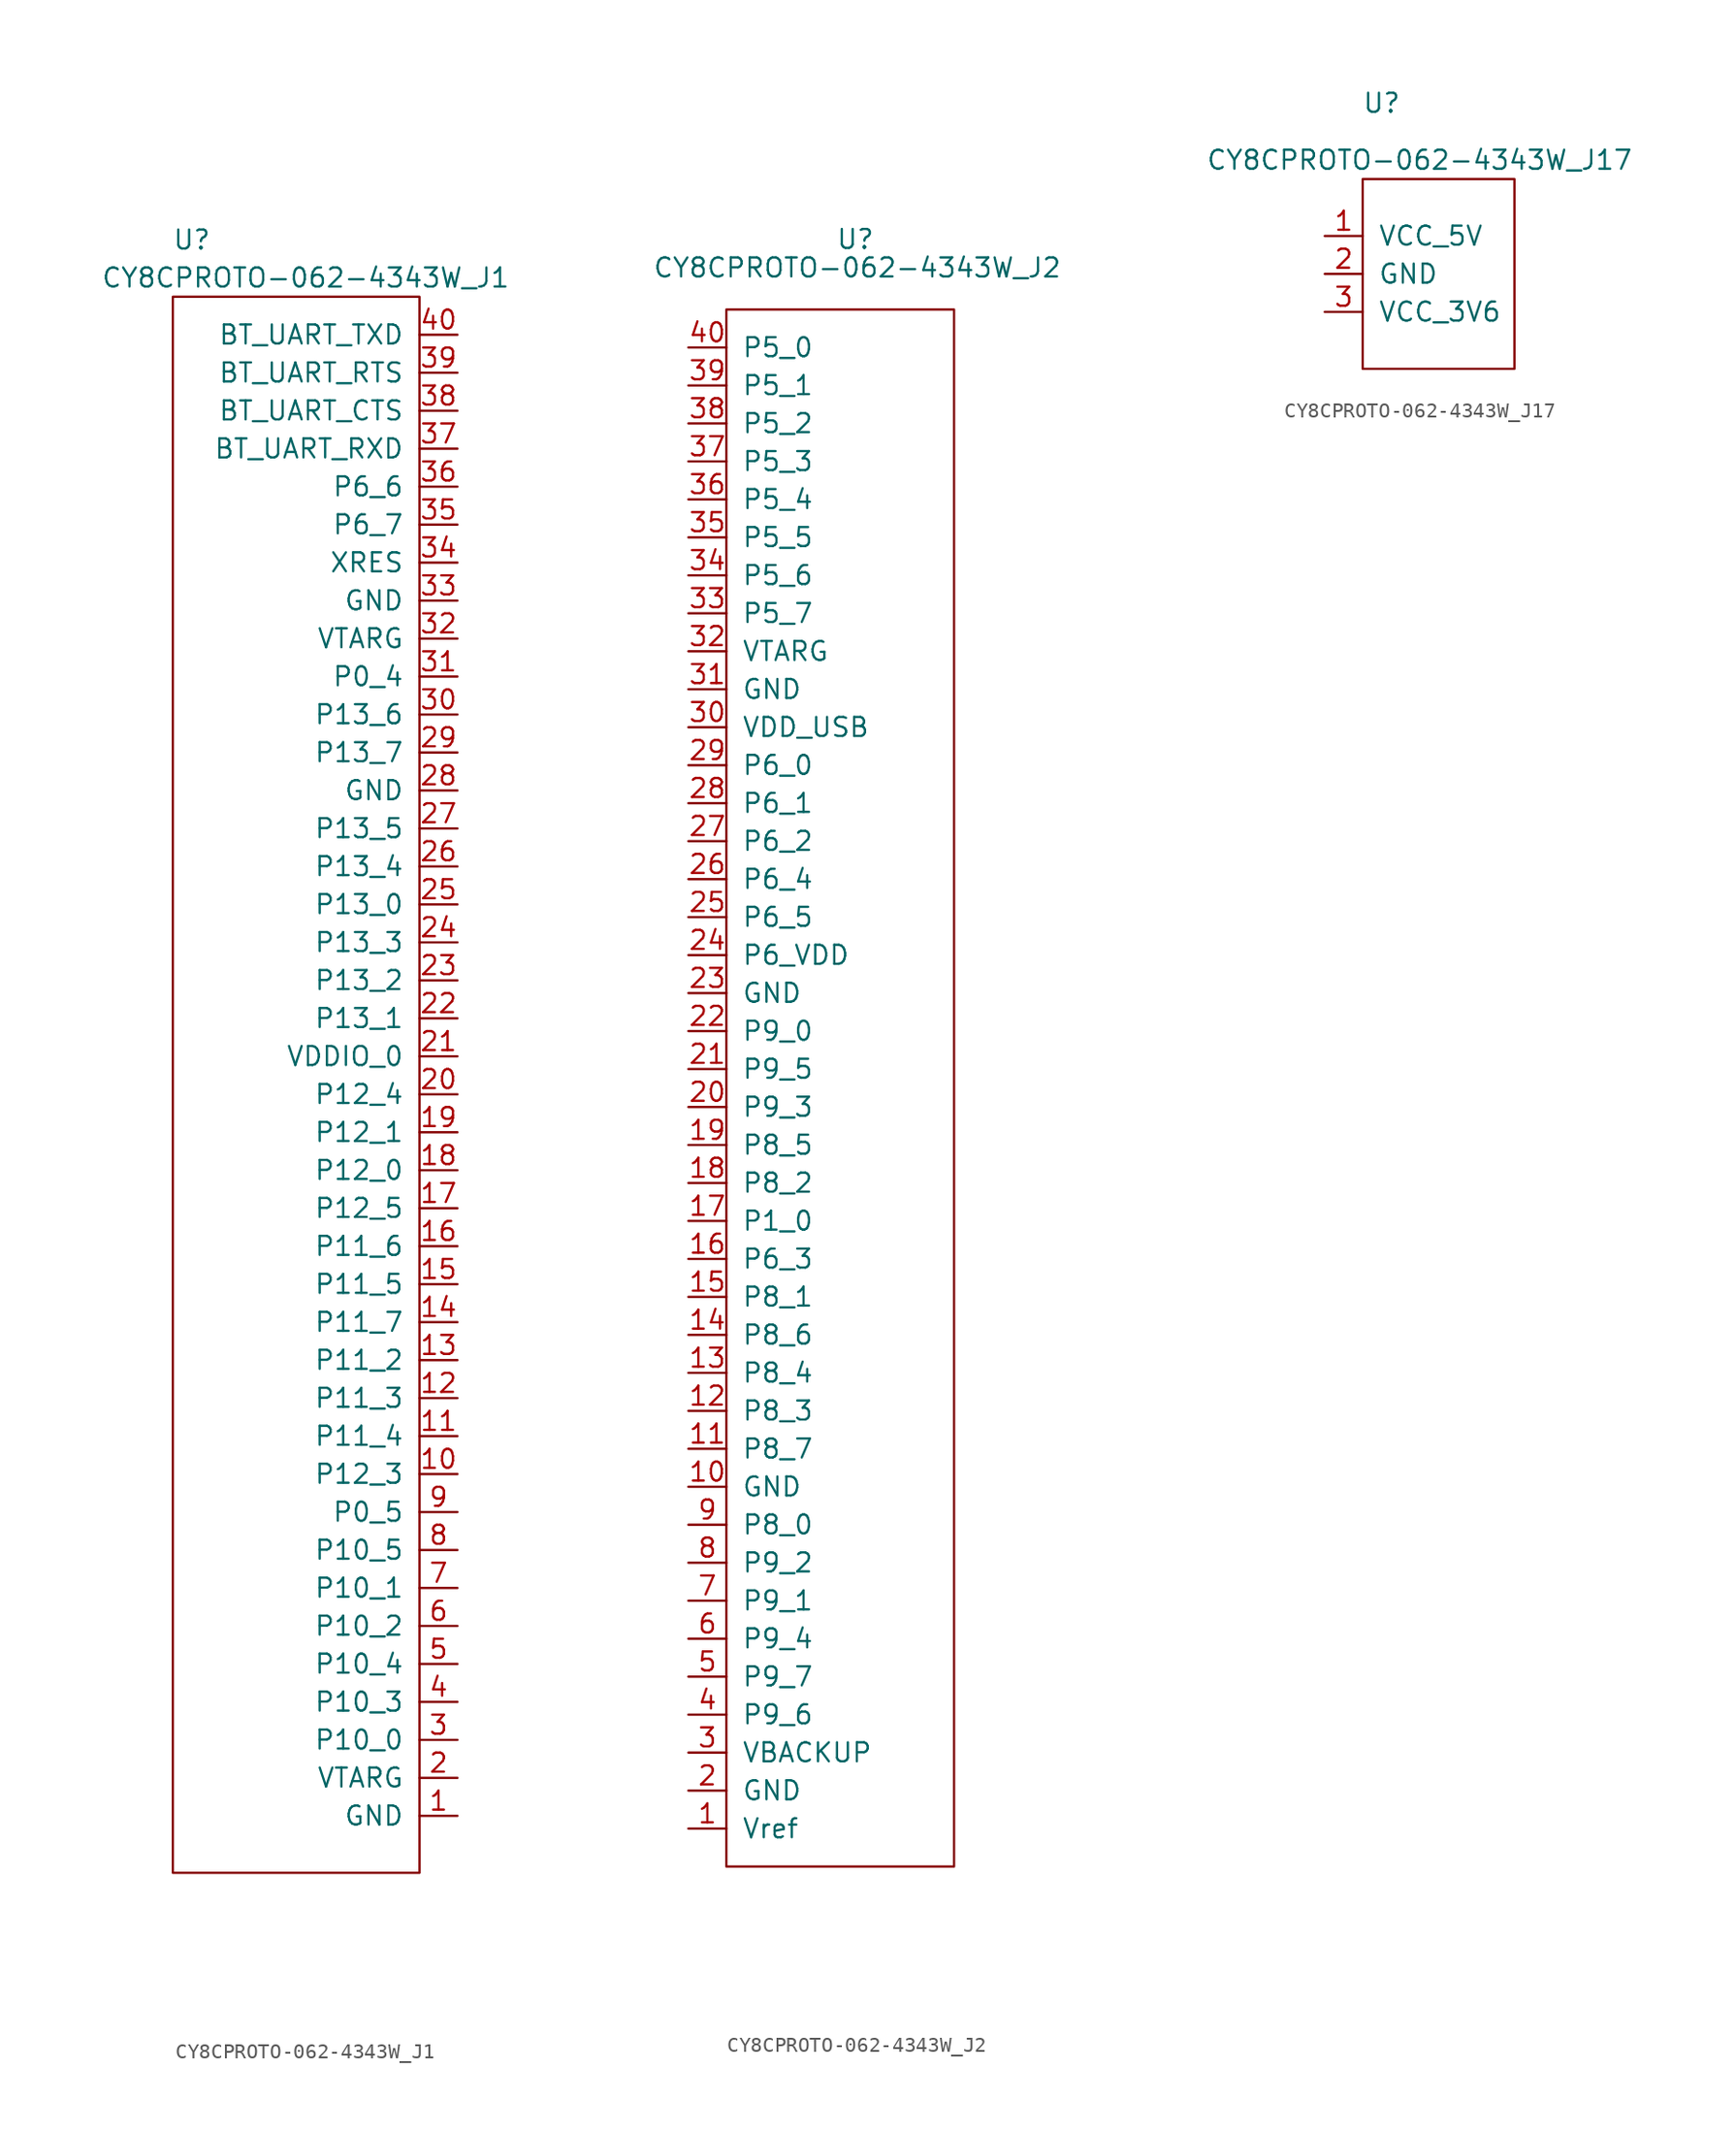
<source format=kicad_sym>
(kicad_symbol_lib
  (version 20220914)
  (generator kicad_symbol_editor)
  (symbol "CY8CPROTO-062-4343W_J1"
    (pin_names
      (offset 1.016))
    (property "Reference" "U"
      (at -7.62 55.88 0)
      (effects (font (size 1.27 1.27))))
    (property "Value" "CY8CPROTO-062-4343W_J1"
      (at 0 53.34 0)
      (effects (font (size 1.27 1.27))))
    (symbol "CY8CPROTO-062-4343W_J1_0_1"
      (rectangle (start 7.62 52.07) (end -8.89 -53.34) (stroke (width 0) (type default)) (fill (type none))))
    (symbol "CY8CPROTO-062-4343W_J1_1_1"
      (pin input line (at 10.16 -49.53 180) (length 2.54) (name "GND" (effects (font (size 1.27 1.27)))) (number "1" (effects (font (size 1.27 1.27)))))
      (pin input line (at 10.16 -26.67 180) (length 2.54) (name "P12_3" (effects (font (size 1.27 1.27)))) (number "10" (effects (font (size 1.27 1.27)))))
      (pin input line (at 10.16 -24.13 180) (length 2.54) (name "P11_4" (effects (font (size 1.27 1.27)))) (number "11" (effects (font (size 1.27 1.27)))))
      (pin input line (at 10.16 -21.59 180) (length 2.54) (name "P11_3" (effects (font (size 1.27 1.27)))) (number "12" (effects (font (size 1.27 1.27)))))
      (pin input line (at 10.16 -19.05 180) (length 2.54) (name "P11_2" (effects (font (size 1.27 1.27)))) (number "13" (effects (font (size 1.27 1.27)))))
      (pin input line (at 10.16 -16.51 180) (length 2.54) (name "P11_7" (effects (font (size 1.27 1.27)))) (number "14" (effects (font (size 1.27 1.27)))))
      (pin input line (at 10.16 -13.97 180) (length 2.54) (name "P11_5" (effects (font (size 1.27 1.27)))) (number "15" (effects (font (size 1.27 1.27)))))
      (pin input line (at 10.16 -11.43 180) (length 2.54) (name "P11_6" (effects (font (size 1.27 1.27)))) (number "16" (effects (font (size 1.27 1.27)))))
      (pin input line (at 10.16 -8.89 180) (length 2.54) (name "P12_5" (effects (font (size 1.27 1.27)))) (number "17" (effects (font (size 1.27 1.27)))))
      (pin input line (at 10.16 -6.35 180) (length 2.54) (name "P12_0" (effects (font (size 1.27 1.27)))) (number "18" (effects (font (size 1.27 1.27)))))
      (pin input line (at 10.16 -3.81 180) (length 2.54) (name "P12_1" (effects (font (size 1.27 1.27)))) (number "19" (effects (font (size 1.27 1.27)))))
      (pin input line (at 10.16 -46.99 180) (length 2.54) (name "VTARG" (effects (font (size 1.27 1.27)))) (number "2" (effects (font (size 1.27 1.27)))))
      (pin input line (at 10.16 -1.27 180) (length 2.54) (name "P12_4" (effects (font (size 1.27 1.27)))) (number "20" (effects (font (size 1.27 1.27)))))
      (pin input line (at 10.16 1.27 180) (length 2.54) (name "VDDIO_0" (effects (font (size 1.27 1.27)))) (number "21" (effects (font (size 1.27 1.27)))))
      (pin input line (at 10.16 3.81 180) (length 2.54) (name "P13_1" (effects (font (size 1.27 1.27)))) (number "22" (effects (font (size 1.27 1.27)))))
      (pin input line (at 10.16 6.35 180) (length 2.54) (name "P13_2" (effects (font (size 1.27 1.27)))) (number "23" (effects (font (size 1.27 1.27)))))
      (pin input line (at 10.16 8.89 180) (length 2.54) (name "P13_3" (effects (font (size 1.27 1.27)))) (number "24" (effects (font (size 1.27 1.27)))))
      (pin input line (at 10.16 11.43 180) (length 2.54) (name "P13_0" (effects (font (size 1.27 1.27)))) (number "25" (effects (font (size 1.27 1.27)))))
      (pin input line (at 10.16 13.97 180) (length 2.54) (name "P13_4" (effects (font (size 1.27 1.27)))) (number "26" (effects (font (size 1.27 1.27)))))
      (pin input line (at 10.16 16.51 180) (length 2.54) (name "P13_5" (effects (font (size 1.27 1.27)))) (number "27" (effects (font (size 1.27 1.27)))))
      (pin input line (at 10.16 19.05 180) (length 2.54) (name "GND" (effects (font (size 1.27 1.27)))) (number "28" (effects (font (size 1.27 1.27)))))
      (pin input line (at 10.16 21.59 180) (length 2.54) (name "P13_7" (effects (font (size 1.27 1.27)))) (number "29" (effects (font (size 1.27 1.27)))))
      (pin input line (at 10.16 -44.45 180) (length 2.54) (name "P10_0" (effects (font (size 1.27 1.27)))) (number "3" (effects (font (size 1.27 1.27)))))
      (pin input line (at 10.16 24.13 180) (length 2.54) (name "P13_6" (effects (font (size 1.27 1.27)))) (number "30" (effects (font (size 1.27 1.27)))))
      (pin input line (at 10.16 26.67 180) (length 2.54) (name "P0_4" (effects (font (size 1.27 1.27)))) (number "31" (effects (font (size 1.27 1.27)))))
      (pin input line (at 10.16 29.21 180) (length 2.54) (name "VTARG" (effects (font (size 1.27 1.27)))) (number "32" (effects (font (size 1.27 1.27)))))
      (pin input line (at 10.16 31.75 180) (length 2.54) (name "GND" (effects (font (size 1.27 1.27)))) (number "33" (effects (font (size 1.27 1.27)))))
      (pin input line (at 10.16 34.29 180) (length 2.54) (name "XRES" (effects (font (size 1.27 1.27)))) (number "34" (effects (font (size 1.27 1.27)))))
      (pin input line (at 10.16 36.83 180) (length 2.54) (name "P6_7" (effects (font (size 1.27 1.27)))) (number "35" (effects (font (size 1.27 1.27)))))
      (pin input line (at 10.16 39.37 180) (length 2.54) (name "P6_6" (effects (font (size 1.27 1.27)))) (number "36" (effects (font (size 1.27 1.27)))))
      (pin input line (at 10.16 41.91 180) (length 2.54) (name "BT_UART_RXD" (effects (font (size 1.27 1.27)))) (number "37" (effects (font (size 1.27 1.27)))))
      (pin input line (at 10.16 44.45 180) (length 2.54) (name "BT_UART_CTS" (effects (font (size 1.27 1.27)))) (number "38" (effects (font (size 1.27 1.27)))))
      (pin input line (at 10.16 46.99 180) (length 2.54) (name "BT_UART_RTS" (effects (font (size 1.27 1.27)))) (number "39" (effects (font (size 1.27 1.27)))))
      (pin input line (at 10.16 -41.91 180) (length 2.54) (name "P10_3" (effects (font (size 1.27 1.27)))) (number "4" (effects (font (size 1.27 1.27)))))
      (pin input line (at 10.16 49.53 180) (length 2.54) (name "BT_UART_TXD" (effects (font (size 1.27 1.27)))) (number "40" (effects (font (size 1.27 1.27)))))
      (pin input line (at 10.16 -39.37 180) (length 2.54) (name "P10_4" (effects (font (size 1.27 1.27)))) (number "5" (effects (font (size 1.27 1.27)))))
      (pin input line (at 10.16 -36.83 180) (length 2.54) (name "P10_2" (effects (font (size 1.27 1.27)))) (number "6" (effects (font (size 1.27 1.27)))))
      (pin input line (at 10.16 -34.29 180) (length 2.54) (name "P10_1" (effects (font (size 1.27 1.27)))) (number "7" (effects (font (size 1.27 1.27)))))
      (pin input line (at 10.16 -31.75 180) (length 2.54) (name "P10_5" (effects (font (size 1.27 1.27)))) (number "8" (effects (font (size 1.27 1.27)))))
      (pin input line (at 10.16 -29.21 180) (length 2.54) (name "P0_5" (effects (font (size 1.27 1.27)))) (number "9" (effects (font (size 1.27 1.27)))))))
  (symbol "CY8CPROTO-062-4343W_J2"
    (pin_names
      (offset 1.016))
    (property "Reference" "U"
      (at 1.016 56.769 0)
      (effects (font (size 1.27 1.27))))
    (property "Value" "CY8CPROTO-062-4343W_J2"
      (at 1.143 54.864 0)
      (effects (font (size 1.27 1.27))))
    (symbol "CY8CPROTO-062-4343W_J2_0_1"
      (rectangle (start -7.62 52.07) (end 7.62 -52.07) (stroke (width 0) (type default)) (fill (type none))))
    (symbol "CY8CPROTO-062-4343W_J2_1_1"
      (pin input line (at -10.16 -49.53 0) (length 2.54) (name "Vref" (effects (font (size 1.27 1.27)))) (number "1" (effects (font (size 1.27 1.27)))))
      (pin input line (at -10.16 -26.67 0) (length 2.54) (name "GND" (effects (font (size 1.27 1.27)))) (number "10" (effects (font (size 1.27 1.27)))))
      (pin input line (at -10.16 -24.13 0) (length 2.54) (name "P8_7" (effects (font (size 1.27 1.27)))) (number "11" (effects (font (size 1.27 1.27)))))
      (pin input line (at -10.16 -21.59 0) (length 2.54) (name "P8_3" (effects (font (size 1.27 1.27)))) (number "12" (effects (font (size 1.27 1.27)))))
      (pin input line (at -10.16 -19.05 0) (length 2.54) (name "P8_4" (effects (font (size 1.27 1.27)))) (number "13" (effects (font (size 1.27 1.27)))))
      (pin input line (at -10.16 -16.51 0) (length 2.54) (name "P8_6" (effects (font (size 1.27 1.27)))) (number "14" (effects (font (size 1.27 1.27)))))
      (pin input line (at -10.16 -13.97 0) (length 2.54) (name "P8_1" (effects (font (size 1.27 1.27)))) (number "15" (effects (font (size 1.27 1.27)))))
      (pin input line (at -10.16 -11.43 0) (length 2.54) (name "P6_3" (effects (font (size 1.27 1.27)))) (number "16" (effects (font (size 1.27 1.27)))))
      (pin input line (at -10.16 -8.89 0) (length 2.54) (name "P1_0" (effects (font (size 1.27 1.27)))) (number "17" (effects (font (size 1.27 1.27)))))
      (pin input line (at -10.16 -6.35 0) (length 2.54) (name "P8_2" (effects (font (size 1.27 1.27)))) (number "18" (effects (font (size 1.27 1.27)))))
      (pin input line (at -10.16 -3.81 0) (length 2.54) (name "P8_5" (effects (font (size 1.27 1.27)))) (number "19" (effects (font (size 1.27 1.27)))))
      (pin input line (at -10.16 -46.99 0) (length 2.54) (name "GND" (effects (font (size 1.27 1.27)))) (number "2" (effects (font (size 1.27 1.27)))))
      (pin input line (at -10.16 -1.27 0) (length 2.54) (name "P9_3" (effects (font (size 1.27 1.27)))) (number "20" (effects (font (size 1.27 1.27)))))
      (pin input line (at -10.16 1.27 0) (length 2.54) (name "P9_5" (effects (font (size 1.27 1.27)))) (number "21" (effects (font (size 1.27 1.27)))))
      (pin input line (at -10.16 3.81 0) (length 2.54) (name "P9_0" (effects (font (size 1.27 1.27)))) (number "22" (effects (font (size 1.27 1.27)))))
      (pin input line (at -10.16 6.35 0) (length 2.54) (name "GND" (effects (font (size 1.27 1.27)))) (number "23" (effects (font (size 1.27 1.27)))))
      (pin input line (at -10.16 8.89 0) (length 2.54) (name "P6_VDD" (effects (font (size 1.27 1.27)))) (number "24" (effects (font (size 1.27 1.27)))))
      (pin input line (at -10.16 11.43 0) (length 2.54) (name "P6_5" (effects (font (size 1.27 1.27)))) (number "25" (effects (font (size 1.27 1.27)))))
      (pin input line (at -10.16 13.97 0) (length 2.54) (name "P6_4" (effects (font (size 1.27 1.27)))) (number "26" (effects (font (size 1.27 1.27)))))
      (pin input line (at -10.16 16.51 0) (length 2.54) (name "P6_2" (effects (font (size 1.27 1.27)))) (number "27" (effects (font (size 1.27 1.27)))))
      (pin input line (at -10.16 19.05 0) (length 2.54) (name "P6_1" (effects (font (size 1.27 1.27)))) (number "28" (effects (font (size 1.27 1.27)))))
      (pin input line (at -10.16 21.59 0) (length 2.54) (name "P6_0" (effects (font (size 1.27 1.27)))) (number "29" (effects (font (size 1.27 1.27)))))
      (pin input line (at -10.16 -44.45 0) (length 2.54) (name "VBACKUP" (effects (font (size 1.27 1.27)))) (number "3" (effects (font (size 1.27 1.27)))))
      (pin input line (at -10.16 24.13 0) (length 2.54) (name "VDD_USB" (effects (font (size 1.27 1.27)))) (number "30" (effects (font (size 1.27 1.27)))))
      (pin input line (at -10.16 26.67 0) (length 2.54) (name "GND" (effects (font (size 1.27 1.27)))) (number "31" (effects (font (size 1.27 1.27)))))
      (pin input line (at -10.16 29.21 0) (length 2.54) (name "VTARG" (effects (font (size 1.27 1.27)))) (number "32" (effects (font (size 1.27 1.27)))))
      (pin input line (at -10.16 31.75 0) (length 2.54) (name "P5_7" (effects (font (size 1.27 1.27)))) (number "33" (effects (font (size 1.27 1.27)))))
      (pin input line (at -10.16 34.29 0) (length 2.54) (name "P5_6" (effects (font (size 1.27 1.27)))) (number "34" (effects (font (size 1.27 1.27)))))
      (pin input line (at -10.16 36.83 0) (length 2.54) (name "P5_5" (effects (font (size 1.27 1.27)))) (number "35" (effects (font (size 1.27 1.27)))))
      (pin input line (at -10.16 39.37 0) (length 2.54) (name "P5_4" (effects (font (size 1.27 1.27)))) (number "36" (effects (font (size 1.27 1.27)))))
      (pin input line (at -10.16 41.91 0) (length 2.54) (name "P5_3" (effects (font (size 1.27 1.27)))) (number "37" (effects (font (size 1.27 1.27)))))
      (pin input line (at -10.16 44.45 0) (length 2.54) (name "P5_2" (effects (font (size 1.27 1.27)))) (number "38" (effects (font (size 1.27 1.27)))))
      (pin input line (at -10.16 46.99 0) (length 2.54) (name "P5_1" (effects (font (size 1.27 1.27)))) (number "39" (effects (font (size 1.27 1.27)))))
      (pin input line (at -10.16 -41.91 0) (length 2.54) (name "P9_6" (effects (font (size 1.27 1.27)))) (number "4" (effects (font (size 1.27 1.27)))))
      (pin input line (at -10.16 49.53 0) (length 2.54) (name "P5_0" (effects (font (size 1.27 1.27)))) (number "40" (effects (font (size 1.27 1.27)))))
      (pin input line (at -10.16 -39.37 0) (length 2.54) (name "P9_7" (effects (font (size 1.27 1.27)))) (number "5" (effects (font (size 1.27 1.27)))))
      (pin input line (at -10.16 -36.83 0) (length 2.54) (name "P9_4" (effects (font (size 1.27 1.27)))) (number "6" (effects (font (size 1.27 1.27)))))
      (pin input line (at -10.16 -34.29 0) (length 2.54) (name "P9_1" (effects (font (size 1.27 1.27)))) (number "7" (effects (font (size 1.27 1.27)))))
      (pin input line (at -10.16 -31.75 0) (length 2.54) (name "P9_2" (effects (font (size 1.27 1.27)))) (number "8" (effects (font (size 1.27 1.27)))))
      (pin input line (at -10.16 -29.21 0) (length 2.54) (name "P8_0" (effects (font (size 1.27 1.27)))) (number "9" (effects (font (size 1.27 1.27)))))))
  (symbol "CY8CPROTO-062-4343W_J17"
    (pin_names
      (offset 1.016))
    (property "Reference" "U"
      (at 0 5.08 0)
      (effects (font (size 1.27 1.27))))
    (property "Value" "CY8CPROTO-062-4343W_J17"
      (at 2.54 1.27 0)
      (effects (font (size 1.27 1.27))))
    (symbol "CY8CPROTO-062-4343W_J17_0_1"
      (rectangle (start -1.27 0) (end 8.89 -12.7) (stroke (width 0) (type default)) (fill (type none))))
    (symbol "CY8CPROTO-062-4343W_J17_1_1"
      (pin input line (at -3.81 -3.81 0) (length 2.54) (name "VCC_5V" (effects (font (size 1.27 1.27)))) (number "1" (effects (font (size 1.27 1.27)))))
      (pin input line (at -3.81 -6.35 0) (length 2.54) (name "GND" (effects (font (size 1.27 1.27)))) (number "2" (effects (font (size 1.27 1.27)))))
      (pin input line (at -3.81 -8.89 0) (length 2.54) (name "VCC_3V6" (effects (font (size 1.27 1.27)))) (number "3" (effects (font (size 1.27 1.27))))))))
</source>
